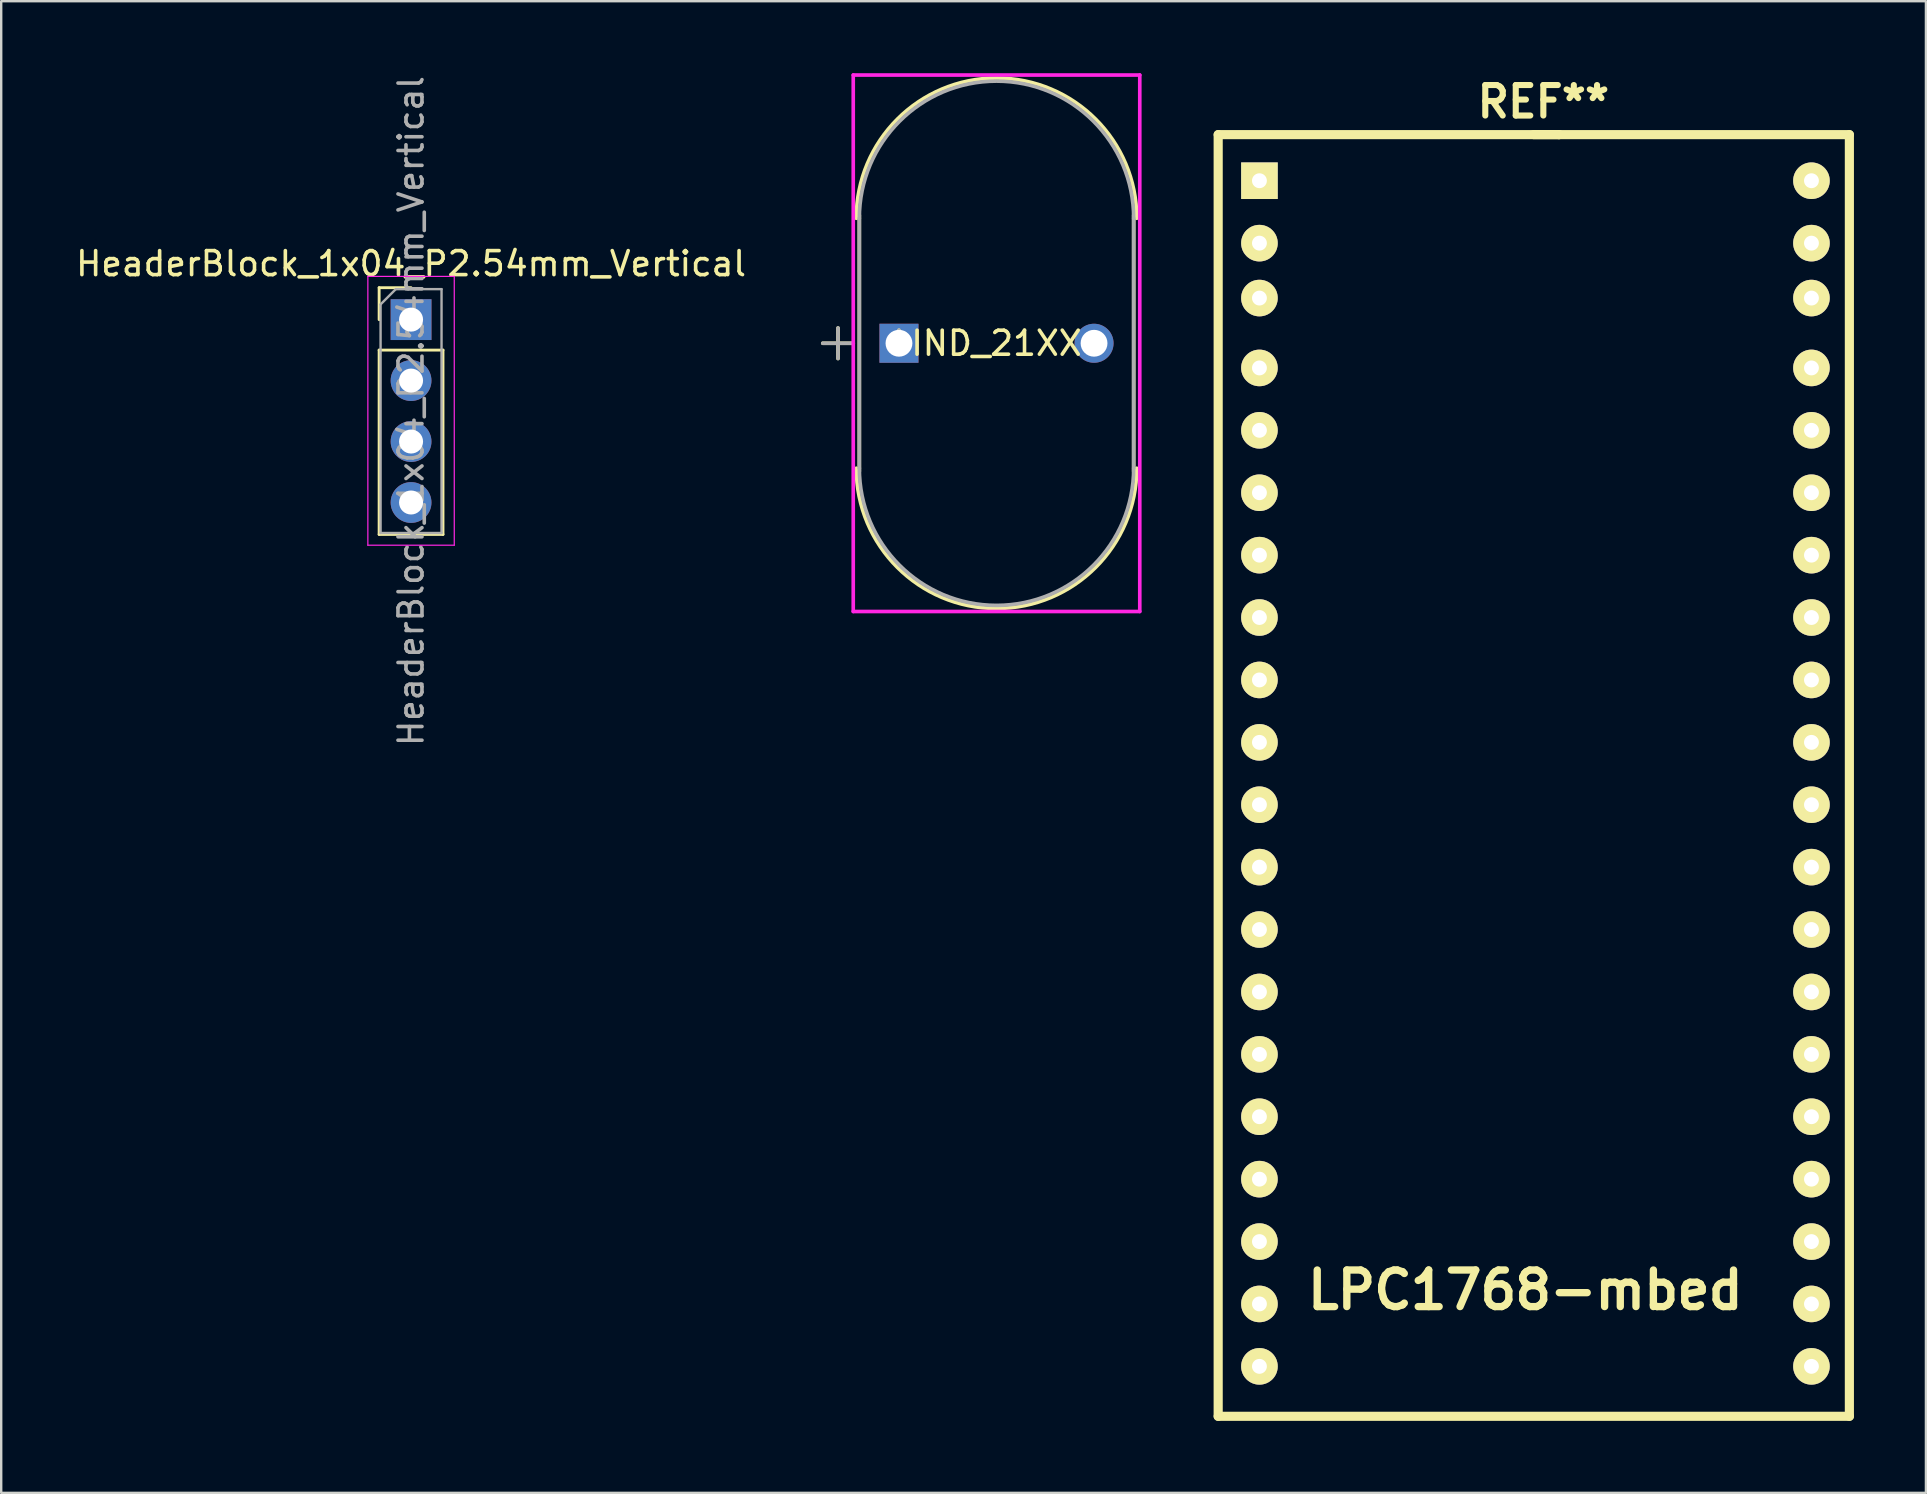
<source format=kicad_pcb>
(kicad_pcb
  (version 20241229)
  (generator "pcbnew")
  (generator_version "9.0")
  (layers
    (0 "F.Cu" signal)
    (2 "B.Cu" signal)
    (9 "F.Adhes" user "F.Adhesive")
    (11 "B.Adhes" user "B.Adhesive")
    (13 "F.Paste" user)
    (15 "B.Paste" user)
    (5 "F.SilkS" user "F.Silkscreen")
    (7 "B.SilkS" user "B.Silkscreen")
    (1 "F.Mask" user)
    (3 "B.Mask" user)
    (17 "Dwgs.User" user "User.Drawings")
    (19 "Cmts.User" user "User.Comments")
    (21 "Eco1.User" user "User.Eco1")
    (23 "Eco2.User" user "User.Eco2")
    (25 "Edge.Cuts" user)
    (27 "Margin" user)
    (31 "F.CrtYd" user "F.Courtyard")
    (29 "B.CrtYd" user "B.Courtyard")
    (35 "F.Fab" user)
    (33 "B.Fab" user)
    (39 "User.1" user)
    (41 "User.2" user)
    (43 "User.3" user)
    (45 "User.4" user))
  (footprint "IND_21XX"
    (layer "F.Cu")
    (at 34.406 11.252)
    (property "Reference" "IND_21XX" (at 4.064 0 0) (layer "F.SilkS") (effects (font (size 1 1) (thickness 0.15))))
    (attr through_hole)
    (fp_line (start -3.175 0) (end -1.905 0) (stroke (width 0.152) (type solid)) (layer "F.SilkS"))
    (fp_line (start -2.54 -0.635) (end -2.54 0.635) (stroke (width 0.152) (type solid)) (layer "F.SilkS"))
    (fp_line (start -1.651 -5.334) (end -1.651 5.334) (stroke (width 0.152) (type solid)) (layer "F.SilkS"))
    (fp_line (start 9.779 -5.334) (end 9.779 5.334) (stroke (width 0.152) (type solid)) (layer "F.SilkS"))
    (fp_arc (start -1.778 -5.207) (mid 4.064 -11.049) (end 9.906 -5.207) (stroke (width 0.1524) (type solid)) (layer "F.SilkS"))
    (fp_arc (start 9.906 5.207) (mid 4.064 11.049) (end -1.778 5.207) (stroke (width 0.1524) (type solid)) (layer "F.SilkS"))
    (fp_line (start -1.905 -11.176) (end 10.033 -11.176) (stroke (width 0.152) (type solid)) (layer "F.CrtYd"))
    (fp_line (start -1.905 11.176) (end -1.905 -11.176) (stroke (width 0.152) (type solid)) (layer "F.CrtYd"))
    (fp_line (start 10.033 -11.176) (end 10.033 11.176) (stroke (width 0.152) (type solid)) (layer "F.CrtYd"))
    (fp_line (start 10.033 11.176) (end -1.905 11.176) (stroke (width 0.152) (type solid)) (layer "F.CrtYd"))
    (fp_line (start -3.175 0) (end -1.905 0) (stroke (width 0.152) (type solid)) (layer "F.Fab"))
    (fp_line (start -2.54 -0.635) (end -2.54 0.635) (stroke (width 0.152) (type solid)) (layer "F.Fab"))
    (fp_line (start -1.651 -5.207) (end -1.651 5.207) (stroke (width 0.152) (type solid)) (layer "F.Fab"))
    (fp_line (start 9.779 -5.207) (end 9.779 5.207) (stroke (width 0.152) (type solid)) (layer "F.Fab"))
    (fp_arc (start -1.651 -5.207) (mid 4.064 -10.922) (end 9.779 -5.207) (stroke (width 0.1524) (type solid)) (layer "F.Fab"))
    (fp_arc (start 9.779 5.207) (mid 4.064 10.922) (end -1.651 5.207) (stroke (width 0.1524) (type solid)) (layer "F.Fab"))
    (fp_text user "*" (at 0 0 0) (layer "F.SilkS") (effects (font (size 1 1) (thickness 0.15))))
    (fp_text user "Copyright 2016 Accelerated Designs. All rights reserved." (at 7.112 10.922 0) (layer "Cmts.User") (effects (font (size 0.127 0.127) (thickness 0.002))))
    (fp_text user "*" (at 0 0 0) (layer "F.Fab") (effects (font (size 1 1) (thickness 0.15))))
    (pad "1" thru_hole rect (at 0 0) (size 1.626 1.626) (drill 1.118) (layers "*.Cu" "*.Mask"))
    (pad "2" thru_hole circle (at 8.128 0) (size 1.626 1.626) (drill 1.118) (layers "*.Cu" "*.Mask")))
  (footprint "HeaderBlock_1x04_P2.54mm_Vertical"
    (layer "F.Cu")
    (at 14.077 10.267)
    (property "Reference" "HeaderBlock_1x04_P2.54mm_Vertical" (at 0 -2.33 0) (layer "F.SilkS") (effects (font (size 1 1) (thickness 0.15))))
    (attr through_hole)
    (fp_line (start -1.33 -1.33) (end 0 -1.33) (stroke (width 0.12) (type solid)) (layer "F.SilkS"))
    (fp_line (start -1.33 0) (end -1.33 -1.33) (stroke (width 0.12) (type solid)) (layer "F.SilkS"))
    (fp_line (start -1.33 1.27) (end -1.33 8.95) (stroke (width 0.12) (type solid)) (layer "F.SilkS"))
    (fp_line (start -1.33 1.27) (end 1.33 1.27) (stroke (width 0.12) (type solid)) (layer "F.SilkS"))
    (fp_line (start -1.33 8.95) (end 1.33 8.95) (stroke (width 0.12) (type solid)) (layer "F.SilkS"))
    (fp_line (start 1.33 1.27) (end 1.33 8.95) (stroke (width 0.12) (type solid)) (layer "F.SilkS"))
    (fp_line (start -1.8 -1.8) (end -1.8 9.4) (stroke (width 0.05) (type solid)) (layer "F.CrtYd"))
    (fp_line (start -1.8 9.4) (end 1.8 9.4) (stroke (width 0.05) (type solid)) (layer "F.CrtYd"))
    (fp_line (start 1.8 -1.8) (end -1.8 -1.8) (stroke (width 0.05) (type solid)) (layer "F.CrtYd"))
    (fp_line (start 1.8 9.4) (end 1.8 -1.8) (stroke (width 0.05) (type solid)) (layer "F.CrtYd"))
    (fp_line (start -1.27 -0.635) (end -0.635 -1.27) (stroke (width 0.1) (type solid)) (layer "F.Fab"))
    (fp_line (start -1.27 8.89) (end -1.27 -0.635) (stroke (width 0.1) (type solid)) (layer "F.Fab"))
    (fp_line (start -0.635 -1.27) (end 1.27 -1.27) (stroke (width 0.1) (type solid)) (layer "F.Fab"))
    (fp_line (start 1.27 -1.27) (end 1.27 8.89) (stroke (width 0.1) (type solid)) (layer "F.Fab"))
    (fp_line (start 1.27 8.89) (end -1.27 8.89) (stroke (width 0.1) (type solid)) (layer "F.Fab"))
    (fp_text user "${REFERENCE}" (at 0 3.81 90) (layer "F.Fab") (effects (font (size 1 1) (thickness 0.15))))
    (pad "1" thru_hole rect (at 0 0) (size 1.7 1.7) (drill 1) (layers "*.Cu" "*.Mask"))
    (pad "1" thru_hole oval (at 0 2.54) (size 1.7 1.7) (drill 1) (layers "*.Cu" "*.Mask"))
    (pad "1" thru_hole oval (at 0 5.08) (size 1.7 1.7) (drill 1) (layers "*.Cu" "*.Mask"))
    (pad "1" thru_hole oval (at 0 7.62) (size 1.7 1.7) (drill 1) (layers "*.Cu" "*.Mask")))
  (footprint "LPC1768-mbed"
    (layer "F.Cu")
    (at 61.254 29.189)
    (property "Reference" "LPC1768-mbed" (at -0.749 21.511 0) (layer "F.SilkS") (effects (font (size 1.524 1.524) (thickness 0.305))))
    (attr through_hole)
    (fp_line (start -13.548 -26.629) (end 0.65 -26.629) (stroke (width 0.381) (type solid)) (layer "F.SilkS"))
    (fp_line (start -13.548 26.772) (end -13.548 -26.629) (stroke (width 0.381) (type solid)) (layer "F.SilkS"))
    (fp_line (start -0.399 -26.629) (end 12.751 -26.629) (stroke (width 0.381) (type solid)) (layer "F.SilkS"))
    (fp_line (start 0.65 -26.629) (end 0.66 -26.629) (stroke (width 0.381) (type solid)) (layer "F.SilkS"))
    (fp_line (start 12.751 -26.629) (end 12.751 26.772) (stroke (width 0.381) (type solid)) (layer "F.SilkS"))
    (fp_line (start 12.751 26.772) (end -13.548 26.772) (stroke (width 0.381) (type solid)) (layer "F.SilkS"))
    (fp_text user "REF**" (at 0 -28 0) (layer "F.SilkS") (effects (font (size 1.27 1.27) (thickness 0.254))))
    (pad "1" thru_hole rect (at -11.829 -24.709) (size 1.524 1.524) (drill 0.62) (layers "*.Cu" "*.Mask" "F.SilkS"))
    (pad "2" thru_hole circle (at -11.829 -22.108) (size 1.524 1.524) (drill 0.62) (layers "*.Cu" "*.Mask" "F.SilkS"))
    (pad "3" thru_hole circle (at -11.829 -19.82) (size 1.524 1.524) (drill 0.62) (layers "*.Cu" "*.Mask" "F.SilkS"))
    (pad "4" thru_hole circle (at -11.829 -16.909) (size 1.524 1.524) (drill 0.62) (layers "*.Cu" "*.Mask" "F.SilkS"))
    (pad "5" thru_hole circle (at -11.829 -14.31) (size 1.524 1.524) (drill 0.62) (layers "*.Cu" "*.Mask" "F.SilkS"))
    (pad "6" thru_hole circle (at -11.829 -11.709) (size 1.524 1.524) (drill 0.62) (layers "*.Cu" "*.Mask" "F.SilkS"))
    (pad "7" thru_hole circle (at -11.829 -9.108) (size 1.524 1.524) (drill 0.62) (layers "*.Cu" "*.Mask" "F.SilkS"))
    (pad "8" thru_hole circle (at -11.829 -6.51) (size 1.524 1.524) (drill 0.62) (layers "*.Cu" "*.Mask" "F.SilkS"))
    (pad "9" thru_hole circle (at -11.829 -3.909) (size 1.524 1.524) (drill 0.62) (layers "*.Cu" "*.Mask" "F.SilkS"))
    (pad "10" thru_hole circle (at -11.829 -1.308) (size 1.524 1.524) (drill 0.62) (layers "*.Cu" "*.Mask" "F.SilkS"))
    (pad "11" thru_hole circle (at -11.829 1.29) (size 1.524 1.524) (drill 0.62) (layers "*.Cu" "*.Mask" "F.SilkS"))
    (pad "12" thru_hole circle (at -11.829 3.891) (size 1.524 1.524) (drill 0.62) (layers "*.Cu" "*.Mask" "F.SilkS"))
    (pad "13" thru_hole circle (at -11.829 6.49) (size 1.524 1.524) (drill 0.62) (layers "*.Cu" "*.Mask" "F.SilkS"))
    (pad "14" thru_hole circle (at -11.829 9.091) (size 1.524 1.524) (drill 0.62) (layers "*.Cu" "*.Mask" "F.SilkS"))
    (pad "15" thru_hole circle (at -11.829 11.692) (size 1.524 1.524) (drill 0.62) (layers "*.Cu" "*.Mask" "F.SilkS"))
    (pad "16" thru_hole circle (at -11.829 14.29) (size 1.524 1.524) (drill 0.62) (layers "*.Cu" "*.Mask" "F.SilkS"))
    (pad "17" thru_hole circle (at -11.829 16.891) (size 1.524 1.524) (drill 0.62) (layers "*.Cu" "*.Mask" "F.SilkS"))
    (pad "18" thru_hole circle (at -11.829 19.492) (size 1.524 1.524) (drill 0.62) (layers "*.Cu" "*.Mask" "F.SilkS"))
    (pad "19" thru_hole circle (at -11.829 22.09) (size 1.524 1.524) (drill 0.62) (layers "*.Cu" "*.Mask" "F.SilkS"))
    (pad "20" thru_hole circle (at -11.829 24.691) (size 1.524 1.524) (drill 0.62) (layers "*.Cu" "*.Mask" "F.SilkS"))
    (pad "21" thru_hole circle (at 11.171 24.691) (size 1.524 1.524) (drill 0.62) (layers "*.Cu" "*.Mask" "F.SilkS"))
    (pad "22" thru_hole circle (at 11.171 22.09) (size 1.524 1.524) (drill 0.62) (layers "*.Cu" "*.Mask" "F.SilkS"))
    (pad "23" thru_hole circle (at 11.171 19.492) (size 1.524 1.524) (drill 0.62) (layers "*.Cu" "*.Mask" "F.SilkS"))
    (pad "24" thru_hole circle (at 11.171 16.891) (size 1.524 1.524) (drill 0.62) (layers "*.Cu" "*.Mask" "F.SilkS"))
    (pad "25" thru_hole circle (at 11.171 14.29) (size 1.524 1.524) (drill 0.62) (layers "*.Cu" "*.Mask" "F.SilkS"))
    (pad "26" thru_hole circle (at 11.171 11.692) (size 1.524 1.524) (drill 0.62) (layers "*.Cu" "*.Mask" "F.SilkS"))
    (pad "27" thru_hole circle (at 11.171 9.091) (size 1.524 1.524) (drill 0.62) (layers "*.Cu" "*.Mask" "F.SilkS"))
    (pad "28" thru_hole circle (at 11.171 6.49) (size 1.524 1.524) (drill 0.62) (layers "*.Cu" "*.Mask" "F.SilkS"))
    (pad "29" thru_hole circle (at 11.171 3.891) (size 1.524 1.524) (drill 0.62) (layers "*.Cu" "*.Mask" "F.SilkS"))
    (pad "30" thru_hole circle (at 11.171 1.29) (size 1.524 1.524) (drill 0.62) (layers "*.Cu" "*.Mask" "F.SilkS"))
    (pad "31" thru_hole circle (at 11.171 -1.308) (size 1.524 1.524) (drill 0.62) (layers "*.Cu" "*.Mask" "F.SilkS"))
    (pad "32" thru_hole circle (at 11.171 -3.909) (size 1.524 1.524) (drill 0.62) (layers "*.Cu" "*.Mask" "F.SilkS"))
    (pad "33" thru_hole circle (at 11.171 -6.51) (size 1.524 1.524) (drill 0.62) (layers "*.Cu" "*.Mask" "F.SilkS"))
    (pad "34" thru_hole circle (at 11.171 -9.108) (size 1.524 1.524) (drill 0.62) (layers "*.Cu" "*.Mask" "F.SilkS"))
    (pad "35" thru_hole circle (at 11.171 -11.709) (size 1.524 1.524) (drill 0.62) (layers "*.Cu" "*.Mask" "F.SilkS"))
    (pad "36" thru_hole circle (at 11.171 -14.31) (size 1.524 1.524) (drill 0.62) (layers "*.Cu" "*.Mask" "F.SilkS"))
    (pad "37" thru_hole circle (at 11.171 -16.909) (size 1.524 1.524) (drill 0.62) (layers "*.Cu" "*.Mask" "F.SilkS"))
    (pad "38" thru_hole circle (at 11.171 -19.82) (size 1.524 1.524) (drill 0.62) (layers "*.Cu" "*.Mask" "F.SilkS"))
    (pad "39" thru_hole circle (at 11.171 -22.108) (size 1.524 1.524) (drill 0.62) (layers "*.Cu" "*.Mask" "F.SilkS"))
    (pad "40" thru_hole circle (at 11.171 -24.709) (size 1.524 1.524) (drill 0.62) (layers "*.Cu" "*.Mask" "F.SilkS")))
  (gr_rect
    (start -3 -3)
    (end 77.195 59.151)
    (stroke (width 0.1) (type default))
    (fill no)
    (layer "Edge.Cuts")))
</source>
